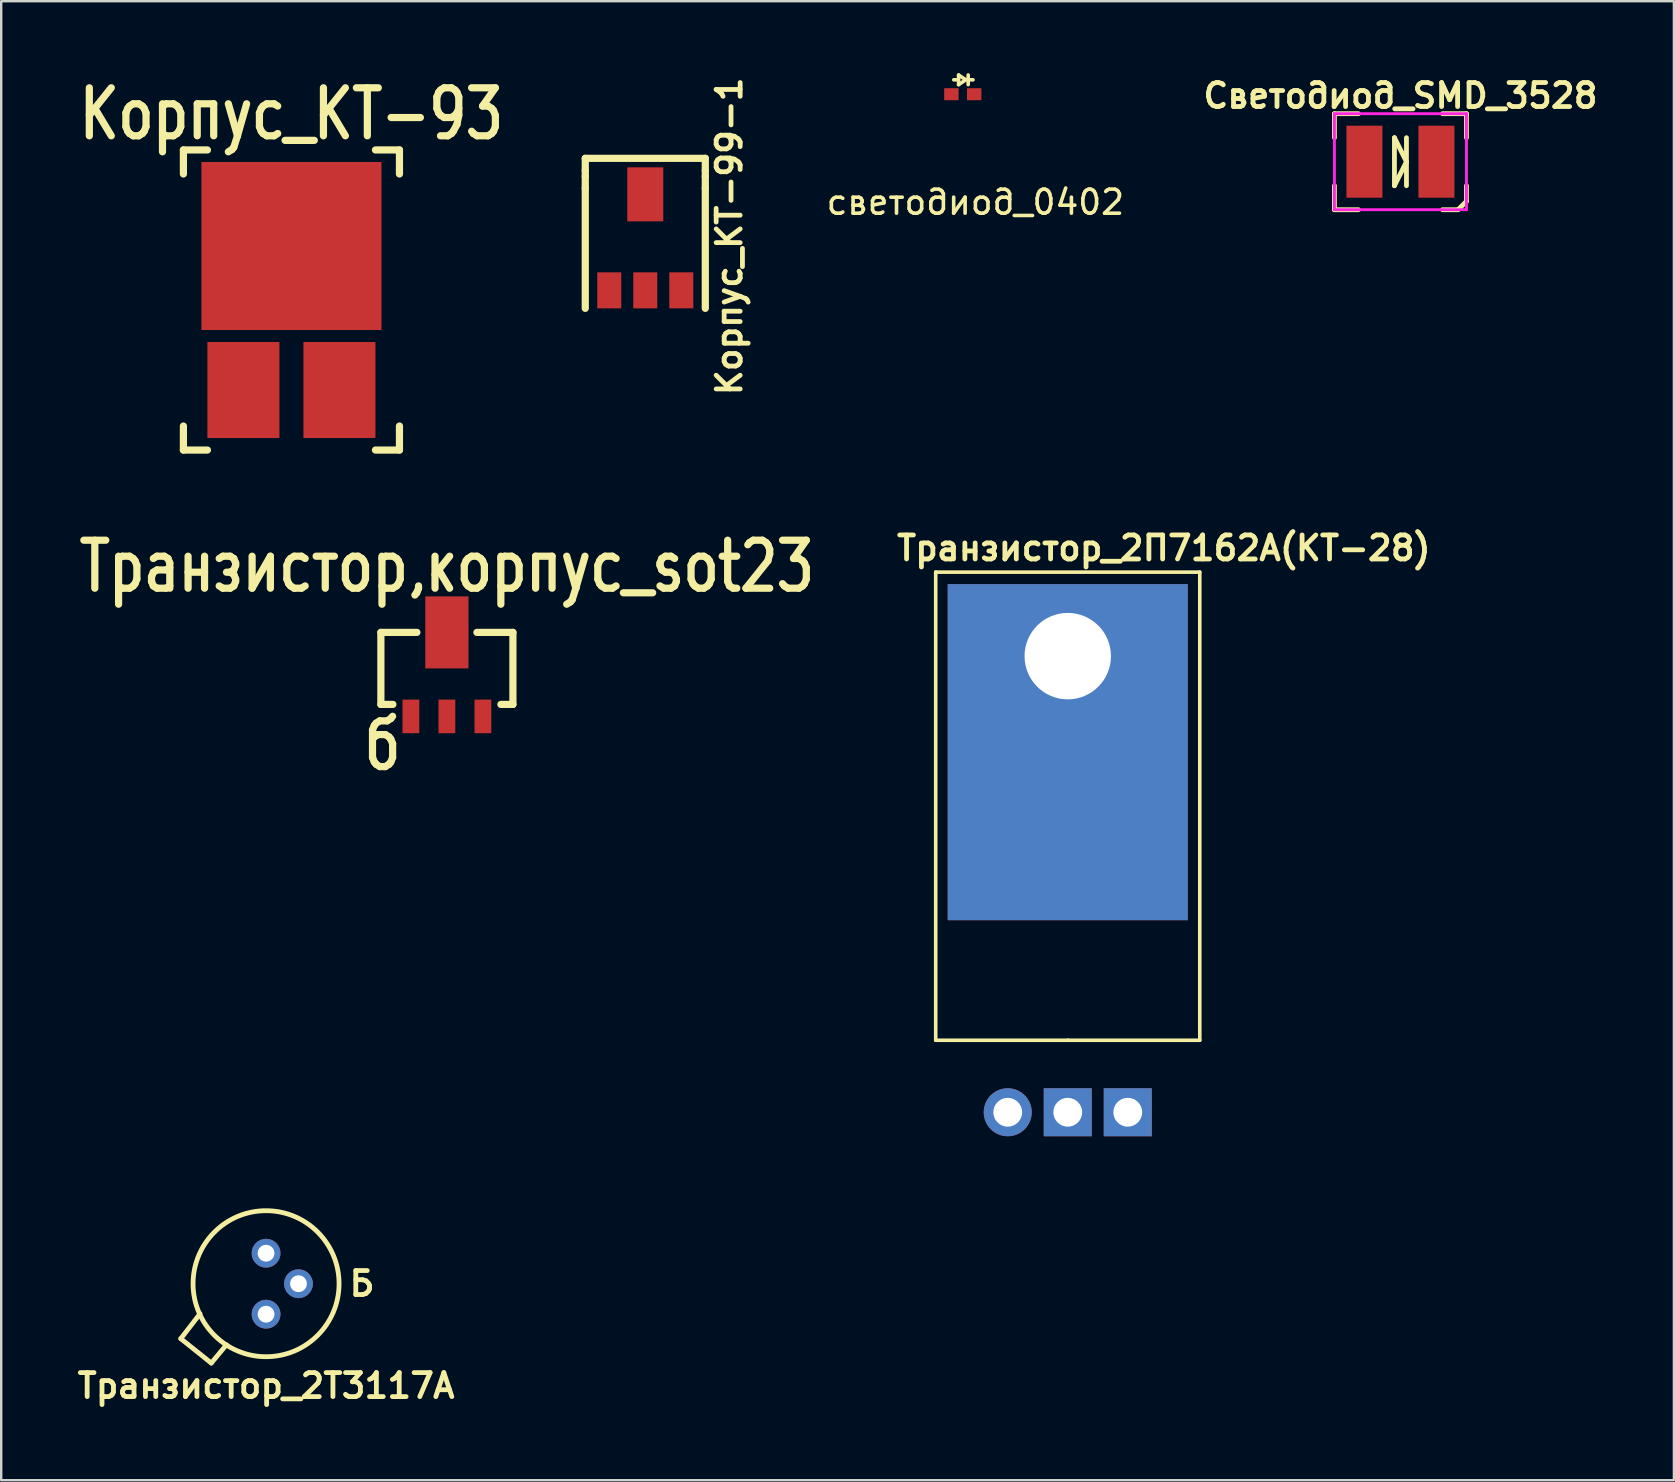
<source format=kicad_pcb>
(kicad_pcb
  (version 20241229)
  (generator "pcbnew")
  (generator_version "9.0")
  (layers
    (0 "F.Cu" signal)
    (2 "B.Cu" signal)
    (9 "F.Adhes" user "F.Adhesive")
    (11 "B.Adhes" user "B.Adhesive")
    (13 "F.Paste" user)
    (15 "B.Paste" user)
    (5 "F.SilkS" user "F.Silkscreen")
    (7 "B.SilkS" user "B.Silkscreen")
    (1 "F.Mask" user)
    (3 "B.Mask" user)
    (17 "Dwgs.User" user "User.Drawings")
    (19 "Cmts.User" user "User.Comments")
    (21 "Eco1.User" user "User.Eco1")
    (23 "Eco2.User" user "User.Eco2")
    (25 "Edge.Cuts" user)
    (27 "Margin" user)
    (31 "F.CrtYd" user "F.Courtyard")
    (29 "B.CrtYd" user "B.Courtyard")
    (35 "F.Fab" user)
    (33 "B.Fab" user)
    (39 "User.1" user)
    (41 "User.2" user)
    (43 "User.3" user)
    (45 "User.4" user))
  (footprint "Корпус_КТ-93"
    (layer "F.Cu")
    (at 7.09 13.197)
    (property "Reference" "Корпус_КТ-93" (at 2 -11.5 0) (layer "F.SilkS") (effects (font (size 2 1.6) (thickness 0.3))))
    (attr through_hole)
    (fp_line (start -2.5 -10) (end -1.5 -10) (stroke (width 0.3) (type solid)) (layer "F.SilkS"))
    (fp_line (start -2.5 -9) (end -2.5 -10) (stroke (width 0.3) (type solid)) (layer "F.SilkS"))
    (fp_line (start -2.5 2.5) (end -2.5 1.5) (stroke (width 0.3) (type solid)) (layer "F.SilkS"))
    (fp_line (start -1.5 2.5) (end -2.5 2.5) (stroke (width 0.3) (type solid)) (layer "F.SilkS"))
    (fp_line (start 5.5 2.5) (end 6.5 2.5) (stroke (width 0.3) (type solid)) (layer "F.SilkS"))
    (fp_line (start 6.5 -10) (end 5.5 -10) (stroke (width 0.3) (type solid)) (layer "F.SilkS"))
    (fp_line (start 6.5 -9) (end 6.5 -10) (stroke (width 0.3) (type solid)) (layer "F.SilkS"))
    (fp_line (start 6.5 2.5) (end 6.5 1.5) (stroke (width 0.3) (type solid)) (layer "F.SilkS"))
    (pad "1" smd rect (at 2 -6) (size 7.5 7) (layers "F.Cu" "F.Mask" "F.Paste"))
    (pad "2" smd rect (at 4 0) (size 3 4) (layers "F.Cu" "F.Mask" "F.Paste"))
    (pad "3" smd rect (at 0 0) (size 3 4) (layers "F.Cu" "F.Mask" "F.Paste")))
  (footprint "Корпус_КТ-99-1"
    (layer "F.Cu")
    (at 23.83 5.295)
    (property "Reference" "Корпус_КТ-99-1" (at 3.5 1.5 270) (layer "F.SilkS") (effects (font (size 1 1) (thickness 0.2))))
    (attr through_hole)
    (fp_line (start -2.5 -1.75) (end 2.5 -1.75) (stroke (width 0.3) (type solid)) (layer "F.SilkS"))
    (fp_line (start -2.5 -1.25) (end -2.5 -1.75) (stroke (width 0.3) (type solid)) (layer "F.SilkS"))
    (fp_line (start -2.5 -1.25) (end -2.5 -1) (stroke (width 0.3) (type solid)) (layer "F.SilkS"))
    (fp_line (start -2.5 -1) (end -2.5 -0.5) (stroke (width 0.3) (type solid)) (layer "F.SilkS"))
    (fp_line (start -2.5 -0.5) (end -2.5 4.5) (stroke (width 0.3) (type solid)) (layer "F.SilkS"))
    (fp_line (start 2.5 -1.75) (end 2.5 -1.25) (stroke (width 0.3) (type solid)) (layer "F.SilkS"))
    (fp_line (start 2.5 -1.25) (end 2.5 -1) (stroke (width 0.3) (type solid)) (layer "F.SilkS"))
    (fp_line (start 2.5 -0.5) (end 2.5 -1) (stroke (width 0.3) (type solid)) (layer "F.SilkS"))
    (fp_line (start 2.5 -0.5) (end 2.5 4.5) (stroke (width 0.3) (type solid)) (layer "F.SilkS"))
    (pad "1" smd rect (at -1.5 3.75) (size 1 1.5) (layers "F.Cu" "F.Mask" "F.Paste"))
    (pad "2" smd rect (at 1.5 3.75) (size 1 1.5) (layers "F.Cu" "F.Mask" "F.Paste"))
    (pad "3" smd rect (at 0 -0.25) (size 1.5 2.25) (layers "F.Cu" "F.Mask" "F.Paste"))
    (pad "3" smd rect (at 0 3.75) (size 1 1.5) (layers "F.Cu" "F.Mask" "F.Paste")))
  (footprint "Светодиод_SMD_3528"
    (layer "F.Cu")
    (at 53.787 3.686)
    (property "Reference" "Светодиод_SMD_3528" (at 1.5 -2.75 0) (layer "F.SilkS") (effects (font (size 1 1) (thickness 0.2))))
    (attr through_hole)
    (fp_line (start -1.25 -2) (end -1.25 -1) (stroke (width 0.2) (type solid)) (layer "F.SilkS"))
    (fp_line (start -1.25 -2) (end -0.25 -2) (stroke (width 0.2) (type solid)) (layer "F.SilkS"))
    (fp_line (start -1.25 2) (end -1.25 1) (stroke (width 0.2) (type solid)) (layer "F.SilkS"))
    (fp_line (start -1.25 2) (end -0.25 2) (stroke (width 0.2) (type solid)) (layer "F.SilkS"))
    (fp_line (start 1.25 -1) (end 1.75 0) (stroke (width 0.2) (type solid)) (layer "F.SilkS"))
    (fp_line (start 1.25 1) (end 1.25 -1) (stroke (width 0.2) (type solid)) (layer "F.SilkS"))
    (fp_line (start 1.75 -1) (end 1.75 1) (stroke (width 0.2) (type solid)) (layer "F.SilkS"))
    (fp_line (start 1.75 0) (end 1.25 1) (stroke (width 0.2) (type solid)) (layer "F.SilkS"))
    (fp_line (start 3.9 2) (end 3.25 2) (stroke (width 0.2) (type solid)) (layer "F.SilkS"))
    (fp_line (start 3.9 2) (end 4.25 1.65) (stroke (width 0.2) (type solid)) (layer "F.SilkS"))
    (fp_line (start 4.25 -2) (end 3.25 -2) (stroke (width 0.2) (type solid)) (layer "F.SilkS"))
    (fp_line (start 4.25 -2) (end 4.25 -1) (stroke (width 0.2) (type solid)) (layer "F.SilkS"))
    (fp_line (start 4.25 1.65) (end 4.25 1) (stroke (width 0.2) (type solid)) (layer "F.SilkS"))
    (fp_line (start -1.25 -2) (end 4.25 -2) (stroke (width 0.12) (type solid)) (layer "F.CrtYd"))
    (fp_line (start -1.25 2) (end -1.25 -2) (stroke (width 0.12) (type solid)) (layer "F.CrtYd"))
    (fp_line (start 4.25 -2) (end 4.25 2) (stroke (width 0.12) (type solid)) (layer "F.CrtYd"))
    (fp_line (start 4.25 2) (end -1.25 2) (stroke (width 0.12) (type solid)) (layer "F.CrtYd"))
    (pad "1" smd rect (at 0 0) (size 1.5 3) (layers "F.Cu" "F.Mask" "F.Paste"))
    (pad "2" smd rect (at 3 0) (size 1.5 3) (layers "F.Cu" "F.Mask" "F.Paste")))
  (footprint "Транзистор_2Т3117А"
    (layer "F.Cu")
    (at 8.033 49.174)
    (property "Reference" "Транзистор_2Т3117А" (at 0 5.5 0) (layer "F.SilkS") (effects (font (size 1 1) (thickness 0.2))))
    (attr through_hole)
    (fp_line (start -3.552 3.54) (end -2.282 4.556) (stroke (width 0.2) (type solid)) (layer "F.SilkS"))
    (fp_line (start -2.75 2.5) (end -3.552 3.54) (stroke (width 0.2) (type solid)) (layer "F.SilkS"))
    (fp_line (start -2.282 4.556) (end -1.65 3.794) (stroke (width 0.2) (type solid)) (layer "F.SilkS"))
    (fp_circle (center 0 1.25) (end 3.041 1.25) (stroke (width 0.2) (type solid)) (fill no) (layer "F.SilkS"))
    (fp_text user "Б" (at 4 1.25 0) (layer "F.SilkS") (effects (font (size 1 1) (thickness 0.2))))
    (pad "1" thru_hole circle (at 0 2.52) (size 1.2 1.2) (drill 0.7) (layers "*.Cu" "*.Mask"))
    (pad "2" thru_hole circle (at 1.35 1.25) (size 1.2 1.2) (drill 0.7) (layers "*.Cu" "*.Mask"))
    (pad "3" thru_hole circle (at 0 -0.02) (size 1.2 1.2) (drill 0.7) (layers "*.Cu" "*.Mask")))
  (footprint "Транзистор_2П7162А(КТ-28)"
    (layer "F.Cu")
    (at 38.928 43.282)
    (property "Reference" "Транзистор_2П7162А(КТ-28)" (at 6.5 -23.5 0) (layer "F.SilkS") (effects (font (size 1 1) (thickness 0.2))))
    (attr through_hole)
    (fp_line (start -3 -3) (end -3 -22.5) (stroke (width 0.15) (type solid)) (layer "F.SilkS"))
    (fp_line (start 2.5 -3) (end -3 -3) (stroke (width 0.15) (type solid)) (layer "F.SilkS"))
    (fp_line (start 2.5 -3) (end 8 -3) (stroke (width 0.15) (type solid)) (layer "F.SilkS"))
    (fp_line (start 8 -22.5) (end -3 -22.5) (stroke (width 0.15) (type solid)) (layer "F.SilkS"))
    (fp_line (start 8 -3) (end 8 -22.5) (stroke (width 0.15) (type solid)) (layer "F.SilkS"))
    (pad "0" thru_hole rect (at 2.5 -19) (size 10 14) (drill 3.6 (offset 0 4)) (layers "*.Cu" "*.Mask"))
    (pad "1" thru_hole circle (at 0 0) (size 2 2) (drill 1.2) (layers "*.Cu" "*.Mask"))
    (pad "2" thru_hole rect (at 2.5 0) (size 2 2) (drill 1.2) (layers "*.Cu" "*.Mask"))
    (pad "3" thru_hole rect (at 5 0) (size 2 2) (drill 1.2) (layers "*.Cu" "*.Mask")))
  (footprint "светодиод_0402"
    (layer "F.Cu")
    (at 36.581 1.875)
    (property "Reference" "светодиод_0402" (at 1 3.5 0) (layer "F.SilkS") (effects (font (size 1 1) (thickness 0.15))))
    (attr through_hole)
    (fp_line (start 0.2 -1.6) (end 0.1 -1.6) (stroke (width 0.15) (type solid)) (layer "F.SilkS"))
    (fp_line (start 0.3 -1.8) (end 0.3 -1.4) (stroke (width 0.15) (type solid)) (layer "F.SilkS"))
    (fp_line (start 0.3 -1.4) (end 0.6 -1.6) (stroke (width 0.15) (type solid)) (layer "F.SilkS"))
    (fp_line (start 0.6 -1.6) (end 0.3 -1.8) (stroke (width 0.15) (type solid)) (layer "F.SilkS"))
    (fp_line (start 0.7 -1.8) (end 0.7 -1.4) (stroke (width 0.15) (type solid)) (layer "F.SilkS"))
    (fp_line (start 0.7 -1.6) (end 0.9 -1.6) (stroke (width 0.15) (type solid)) (layer "F.SilkS"))
    (pad "1" smd rect (at 0 -1) (size 0.6 0.5) (layers "F.Cu" "F.Mask" "F.Paste"))
    (pad "2" smd rect (at 0.95 -1) (size 0.6 0.5) (layers "F.Cu" "F.Mask" "F.Paste")))
  (footprint "Транзистор,корпуc_sot23"
    (layer "F.Cu")
    (at 14.066 26.293)
    (property "Reference" "Транзистор,корпуc_sot23" (at 1.5 -5.75 180) (layer "F.SilkS") (effects (font (size 2 1.6) (thickness 0.3))))
    (attr through_hole)
    (fp_line (start -1.25 -3) (end 0.25 -3) (stroke (width 0.3) (type solid)) (layer "F.SilkS"))
    (fp_line (start -1.25 0) (end -1.25 -3) (stroke (width 0.3) (type solid)) (layer "F.SilkS"))
    (fp_line (start -1.25 0) (end -0.75 0) (stroke (width 0.3) (type solid)) (layer "F.SilkS"))
    (fp_line (start 4.25 -3) (end 2.75 -3) (stroke (width 0.3) (type solid)) (layer "F.SilkS"))
    (fp_line (start 4.25 0) (end 3.75 0) (stroke (width 0.3) (type solid)) (layer "F.SilkS"))
    (fp_line (start 4.25 0) (end 4.25 -3) (stroke (width 0.3) (type solid)) (layer "F.SilkS"))
    (fp_text user "б" (at -1.18 1.68 0) (layer "F.SilkS") (effects (font (size 2 1.6) (thickness 0.3))))
    (pad "1" smd rect (at 0 0.5) (size 0.7 1.4) (layers "F.Cu" "F.Mask" "F.Paste"))
    (pad "2" smd rect (at 3 0.5) (size 0.7 1.4) (layers "F.Cu" "F.Mask" "F.Paste"))
    (pad "3" smd rect (at 1.5 -3) (size 1.8 3) (layers "F.Cu" "F.Mask" "F.Paste"))
    (pad "3" smd rect (at 1.5 0.5) (size 0.7 1.4) (layers "F.Cu" "F.Mask" "F.Paste")))
  (gr_rect
    (start -3 -3)
    (end 66.678 58.61)
    (stroke (width 0.1) (type default))
    (fill no)
    (layer "Edge.Cuts")))
</source>
